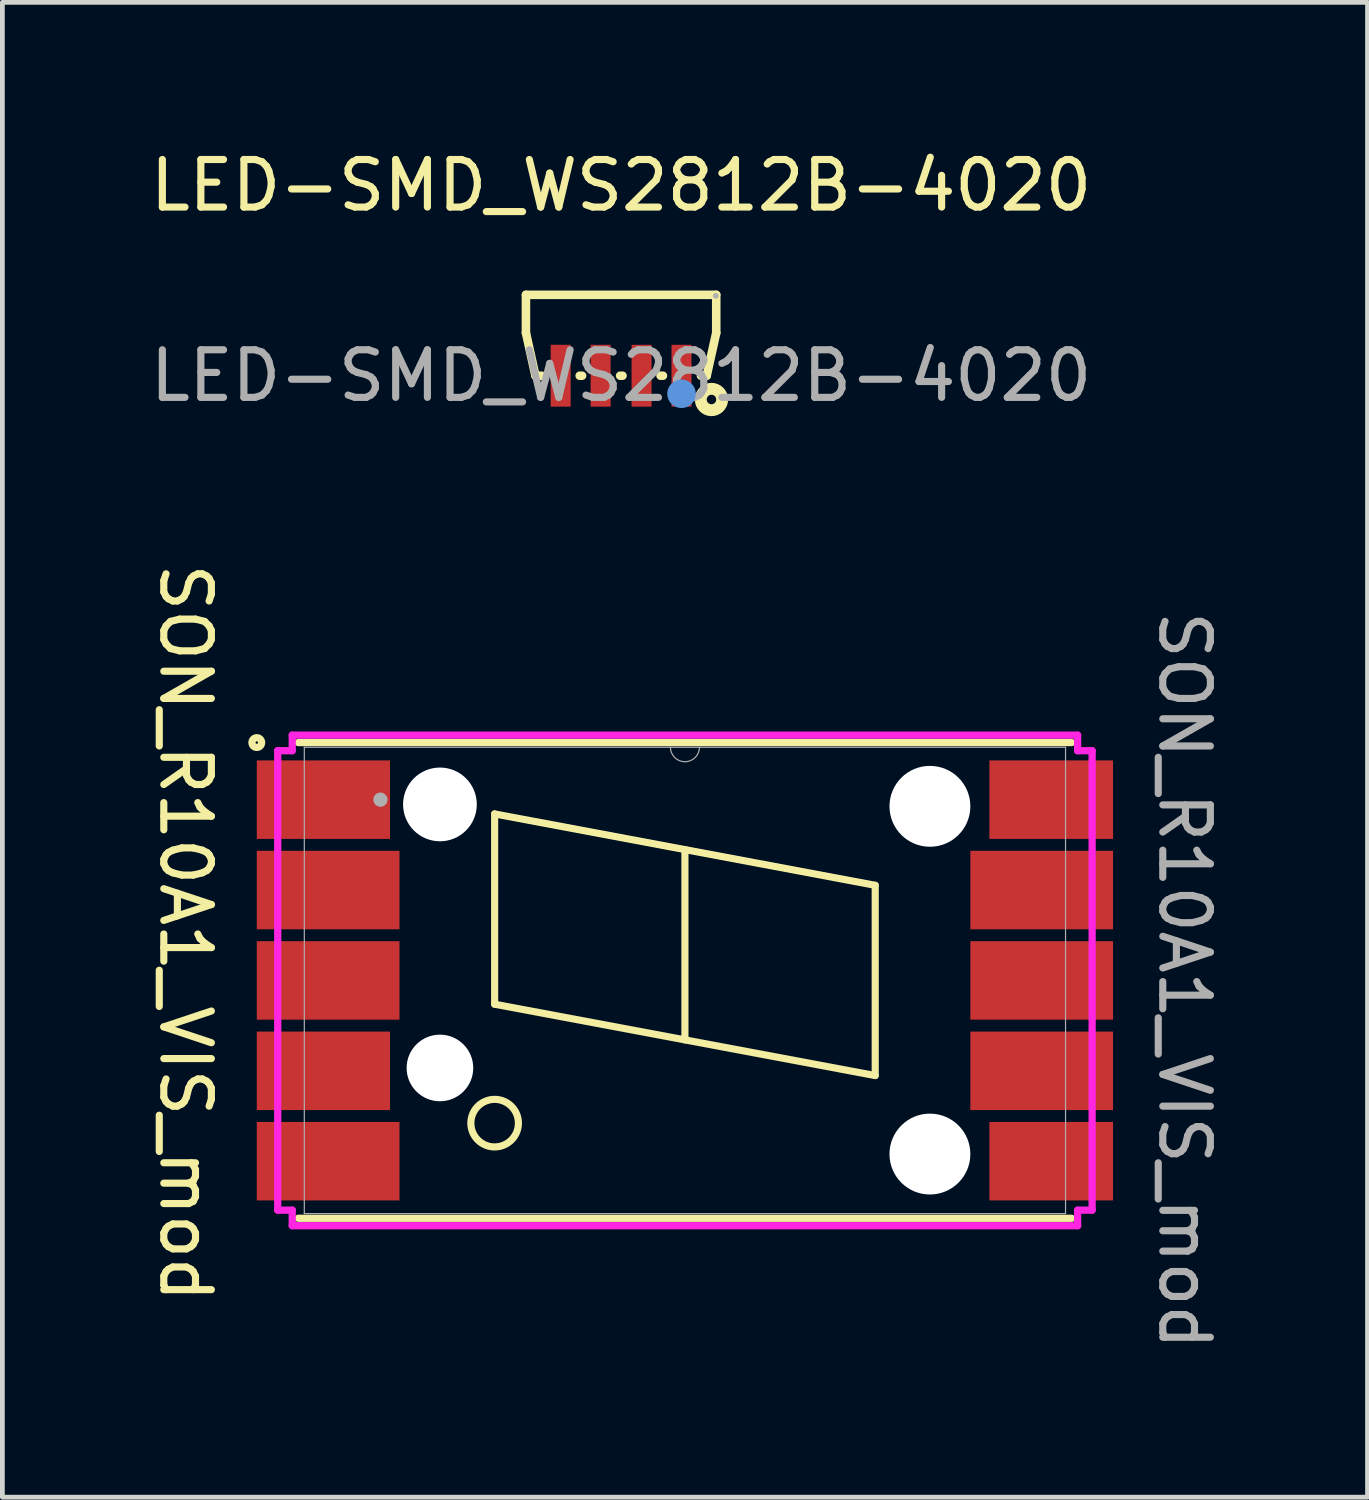
<source format=kicad_pcb>
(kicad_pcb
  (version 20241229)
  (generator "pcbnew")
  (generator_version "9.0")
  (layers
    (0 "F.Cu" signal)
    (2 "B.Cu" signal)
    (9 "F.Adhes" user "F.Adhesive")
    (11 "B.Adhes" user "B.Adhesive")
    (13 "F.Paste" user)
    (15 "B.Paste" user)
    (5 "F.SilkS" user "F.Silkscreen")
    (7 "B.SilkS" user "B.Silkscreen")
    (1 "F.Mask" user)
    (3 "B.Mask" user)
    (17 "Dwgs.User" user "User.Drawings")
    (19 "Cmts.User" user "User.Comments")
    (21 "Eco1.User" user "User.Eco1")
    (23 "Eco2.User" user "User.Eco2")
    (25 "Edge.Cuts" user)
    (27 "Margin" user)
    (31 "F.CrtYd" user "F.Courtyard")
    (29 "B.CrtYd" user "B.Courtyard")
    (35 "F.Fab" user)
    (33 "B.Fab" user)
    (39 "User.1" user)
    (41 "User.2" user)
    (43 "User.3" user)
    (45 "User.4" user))
  (footprint "LED-SMD_WS2812B-4020"
    (layer "F.Cu")
    (at 10.006 4.848)
    (property "Reference" "LED-SMD_WS2812B-4020" (at 0 -4 0) (layer "F.SilkS") (effects (font (size 1 1) (thickness 0.15))))
    (attr smd)
    (fp_line (start -2 -1.7) (end 2 -1.7) (stroke (width 0.18) (type solid)) (layer "F.SilkS"))
    (fp_line (start -2 -0.9) (end -2 -1.7) (stroke (width 0.18) (type solid)) (layer "F.SilkS"))
    (fp_line (start -1.8 0) (end -2 -0.9) (stroke (width 0.18) (type solid)) (layer "F.SilkS"))
    (fp_line (start -1.67 0) (end -1.8 0) (stroke (width 0.18) (type solid)) (layer "F.SilkS"))
    (fp_line (start -0.82 0) (end -0.87 0) (stroke (width 0.18) (type solid)) (layer "F.SilkS"))
    (fp_line (start 0.03 0) (end -0.02 0) (stroke (width 0.18) (type solid)) (layer "F.SilkS"))
    (fp_line (start 0.88 0) (end 0.83 0) (stroke (width 0.18) (type solid)) (layer "F.SilkS"))
    (fp_line (start 1.8 0) (end 1.68 0) (stroke (width 0.18) (type solid)) (layer "F.SilkS"))
    (fp_line (start 2 -1.7) (end 2 -0.9) (stroke (width 0.18) (type solid)) (layer "F.SilkS"))
    (fp_line (start 2 -0.9) (end 1.8 0) (stroke (width 0.18) (type solid)) (layer "F.SilkS"))
    (fp_circle (center 1.9 0.5) (end 2 0.5) (stroke (width 0.25) (type solid)) (fill no) (layer "F.SilkS"))
    (fp_circle (center 1.27 0.38) (end 1.42 0.38) (stroke (width 0.3) (type solid)) (fill no) (layer "Cmts.User"))
    (fp_circle (center 1.99 -1.68) (end 2.02 -1.68) (stroke (width 0.06) (type solid)) (fill no) (layer "F.Fab"))
    (fp_text user "${REFERENCE}" (at 0 0 0) (layer "F.Fab") (effects (font (size 1 1) (thickness 0.15))))
    (pad "1" smd rect (at 1.27 0) (size 0.42 1.3) (layers "F.Cu" "F.Mask" "F.Paste"))
    (pad "2" smd rect (at 0.43 0 180) (size 0.42 1.3) (layers "F.Cu" "F.Mask" "F.Paste"))
    (pad "3" smd rect (at -0.43 0 180) (size 0.42 1.3) (layers "F.Cu" "F.Mask" "F.Paste"))
    (pad "4" smd rect (at -1.27 0 180) (size 0.42 1.3) (layers "F.Cu" "F.Mask" "F.Paste")))
  (footprint "SON_R10A1_VIS_mod"
    (layer "F.Cu")
    (at 11.348 17.56)
    (property "Reference" "SON_R10A1_VIS_mod" (at -10.5 -1 270) (unlocked yes) (layer "F.SilkS") (effects (font (size 1 1) (thickness 0.15))))
    (attr smd)
    (fp_line (start -8.128 5) (end 8.128 5) (stroke (width 0.152) (type solid)) (layer "F.SilkS"))
    (fp_line (start -4 -3.5) (end 4 -2) (stroke (width 0.15) (type default)) (layer "F.SilkS"))
    (fp_line (start -4 0.5) (end -4 -3.5) (stroke (width 0.15) (type default)) (layer "F.SilkS"))
    (fp_line (start 0 -2.75) (end 0 1.25) (stroke (width 0.15) (type default)) (layer "F.SilkS"))
    (fp_line (start 4 -2) (end 4 2) (stroke (width 0.15) (type default)) (layer "F.SilkS"))
    (fp_line (start 4 2) (end -4 0.5) (stroke (width 0.15) (type default)) (layer "F.SilkS"))
    (fp_line (start 8.128 -5) (end -8.128 -5) (stroke (width 0.152) (type solid)) (layer "F.SilkS"))
    (fp_circle (center -9 -5) (end -8.898 -5) (stroke (width 0.152) (type solid)) (fill no) (layer "F.SilkS"))
    (fp_circle (center -4 3) (end -4 3.5) (stroke (width 0.15) (type default)) (fill no) (layer "F.SilkS"))
    (fp_line (start -8.56 -4.829) (end -8.255 -4.829) (stroke (width 0.152) (type solid)) (layer "F.CrtYd"))
    (fp_line (start -8.56 4.829) (end -8.56 -4.829) (stroke (width 0.152) (type solid)) (layer "F.CrtYd"))
    (fp_line (start -8.56 4.829) (end -8.255 4.829) (stroke (width 0.152) (type solid)) (layer "F.CrtYd"))
    (fp_line (start -8.255 -5.156) (end 8.255 -5.156) (stroke (width 0.152) (type solid)) (layer "F.CrtYd"))
    (fp_line (start -8.255 -4.829) (end -8.255 -5.156) (stroke (width 0.152) (type solid)) (layer "F.CrtYd"))
    (fp_line (start -8.255 5.156) (end -8.255 4.829) (stroke (width 0.152) (type solid)) (layer "F.CrtYd"))
    (fp_line (start 8.255 -5.156) (end 8.255 -4.829) (stroke (width 0.152) (type solid)) (layer "F.CrtYd"))
    (fp_line (start 8.255 4.829) (end 8.255 5.156) (stroke (width 0.152) (type solid)) (layer "F.CrtYd"))
    (fp_line (start 8.255 5.156) (end -8.255 5.156) (stroke (width 0.152) (type solid)) (layer "F.CrtYd"))
    (fp_line (start 8.56 -4.829) (end 8.255 -4.829) (stroke (width 0.152) (type solid)) (layer "F.CrtYd"))
    (fp_line (start 8.56 -4.829) (end 8.56 4.829) (stroke (width 0.152) (type solid)) (layer "F.CrtYd"))
    (fp_line (start 8.56 4.829) (end 8.255 4.829) (stroke (width 0.152) (type solid)) (layer "F.CrtYd"))
    (fp_line (start -8.001 -4.902) (end -8.001 4.902) (stroke (width 0.025) (type solid)) (layer "F.Fab"))
    (fp_line (start -8.001 4.902) (end 8.001 4.902) (stroke (width 0.025) (type solid)) (layer "F.Fab"))
    (fp_line (start 8.001 -4.902) (end -8.001 -4.902) (stroke (width 0.025) (type solid)) (layer "F.Fab"))
    (fp_line (start 8.001 4.902) (end 8.001 -4.902) (stroke (width 0.025) (type solid)) (layer "F.Fab"))
    (fp_arc (start 0.3048 -4.9022) (mid 0 -4.5974) (end -0.3048 -4.9022) (stroke (width 0.0254) (type solid)) (layer "F.Fab"))
    (fp_circle (center -6.401 -3.8) (end -6.325 -3.8) (stroke (width 0.15) (type solid)) (fill no) (layer "F.Fab"))
    (fp_text user "${REFERENCE}" (at 10.5 0 270) (unlocked yes) (layer "F.Fab") (effects (font (size 1 1) (thickness 0.15))))
    (pad "" np_thru_hole circle (at -5.15 -3.7) (size 1.55 1.55) (drill 1.55) (layers "*.Cu" "*.Mask"))
    (pad "" np_thru_hole circle (at -5.15 1.84) (size 1.4 1.4) (drill 1.4) (layers "*.Cu" "*.Mask"))
    (pad "" np_thru_hole circle (at 5.15 -3.66) (size 1.7 1.7) (drill 1.7) (layers "*.Cu" "*.Mask"))
    (pad "" np_thru_hole circle (at 5.15 3.65) (size 1.7 1.7) (drill 1.7) (layers "*.Cu" "*.Mask"))
    (pad "1" smd rect (at -7.6 -3.8) (size 2.8 1.65) (layers "F.Cu" "F.Mask" "F.Paste"))
    (pad "2" smd rect (at -7.5 -1.9) (size 3 1.65) (layers "F.Cu" "F.Mask" "F.Paste"))
    (pad "3" smd rect (at -7.5 0) (size 3 1.65) (layers "F.Cu" "F.Mask" "F.Paste"))
    (pad "4" smd rect (at -7.6 1.9) (size 2.8 1.65) (layers "F.Cu" "F.Mask" "F.Paste"))
    (pad "5" smd rect (at -7.5 3.8) (size 3 1.65) (layers "F.Cu" "F.Mask" "F.Paste"))
    (pad "6" smd rect (at 7.7 3.8) (size 2.6 1.65) (layers "F.Cu" "F.Mask" "F.Paste"))
    (pad "7" smd rect (at 7.5 1.9) (size 3 1.65) (layers "F.Cu" "F.Mask" "F.Paste"))
    (pad "8" smd rect (at 7.5 0) (size 3 1.65) (layers "F.Cu" "F.Mask" "F.Paste"))
    (pad "9" smd rect (at 7.5 -1.9) (size 3 1.65) (layers "F.Cu" "F.Mask" "F.Paste"))
    (pad "10" smd rect (at 7.7 -3.8) (size 2.6 1.65) (layers "F.Cu" "F.Mask" "F.Paste")))
  (gr_rect
    (start -3 -3)
    (end 25.697 28.423)
    (stroke (width 0.1) (type default))
    (fill no)
    (layer "Edge.Cuts")))
</source>
